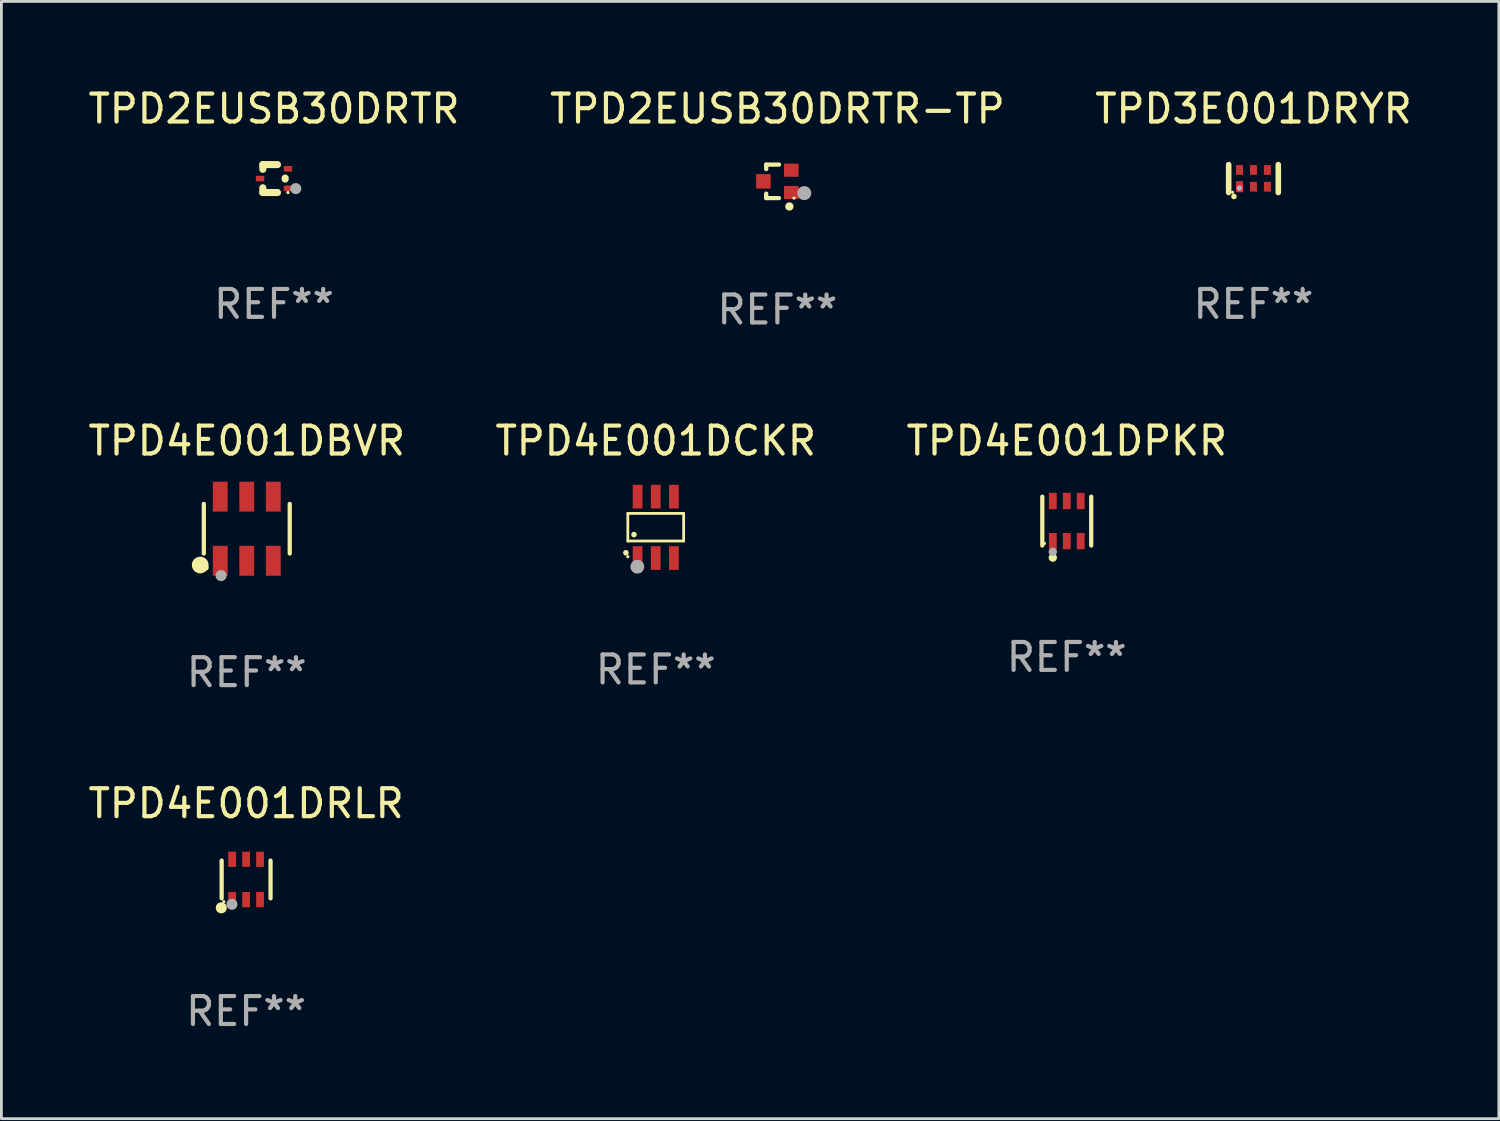
<source format=kicad_pcb>
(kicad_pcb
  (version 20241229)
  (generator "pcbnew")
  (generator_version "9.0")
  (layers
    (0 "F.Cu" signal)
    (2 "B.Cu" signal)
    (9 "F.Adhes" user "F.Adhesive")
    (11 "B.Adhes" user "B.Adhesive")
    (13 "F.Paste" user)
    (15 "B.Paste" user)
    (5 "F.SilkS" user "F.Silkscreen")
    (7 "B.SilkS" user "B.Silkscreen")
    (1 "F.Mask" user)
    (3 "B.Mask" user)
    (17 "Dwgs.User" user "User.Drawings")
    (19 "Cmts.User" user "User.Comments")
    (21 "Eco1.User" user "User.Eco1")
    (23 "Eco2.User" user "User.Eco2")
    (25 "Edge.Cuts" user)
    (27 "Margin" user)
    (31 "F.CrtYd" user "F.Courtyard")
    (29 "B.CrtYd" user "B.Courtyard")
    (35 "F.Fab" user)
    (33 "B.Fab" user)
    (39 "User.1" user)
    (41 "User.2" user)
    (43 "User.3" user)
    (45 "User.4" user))
  (footprint "TPD3E001DRYR"
    (layer "F.Cu")
    (at 41.863 3.348)
    (property "Reference" "TPD3E001DRYR" (at 0 -2.5 0) (layer "F.SilkS") (effects (font (size 1 1) (thickness 0.15))))
    (attr through_hole)
    (fp_line (start -0.889 0.5) (end -0.889 -0.5) (stroke (width 0.2) (type solid)) (layer "F.SilkS"))
    (fp_line (start 0.889 0.5) (end 0.889 -0.5) (stroke (width 0.2) (type solid)) (layer "F.SilkS"))
    (fp_circle (center -0.75 0.492) (end -0.72 0.492) (stroke (width 0.06) (type solid)) (fill no) (layer "F.SilkS"))
    (fp_circle (center -0.7 0.642) (end -0.65 0.642) (stroke (width 0.1) (type solid)) (fill no) (layer "F.SilkS"))
    (fp_circle (center -0.5 0.342) (end -0.45 0.342) (stroke (width 0.1) (type solid)) (fill no) (layer "F.Fab"))
    (fp_text user "REF**" (at 0 4.5 0) (layer "F.Fab") (effects (font (size 1 1) (thickness 0.15))))
    (pad "1" smd rect (at -0.5 0.292) (size 0.25 0.4) (layers "F.Cu" "F.Mask" "F.Paste"))
    (pad "2" smd rect (at -0.000127 0.292) (size 0.25 0.35) (layers "F.Cu" "F.Mask" "F.Paste"))
    (pad "3" smd rect (at 0.5 0.292) (size 0.25 0.35) (layers "F.Cu" "F.Mask" "F.Paste"))
    (pad "4" smd rect (at 0.5 -0.308 180) (size 0.25 0.35) (layers "F.Cu" "F.Mask" "F.Paste"))
    (pad "5" smd rect (at -0.000127 -0.308 180) (size 0.25 0.35) (layers "F.Cu" "F.Mask" "F.Paste"))
    (pad "6" smd rect (at -0.5 -0.308 180) (size 0.25 0.35) (layers "F.Cu" "F.Mask" "F.Paste")))
  (footprint "TPD4E001DCKR"
    (layer "F.Cu")
    (at 20.446 15.845)
    (property "Reference" "TPD4E001DCKR" (at 0 -3.1 0) (layer "F.SilkS") (effects (font (size 1 1) (thickness 0.15))))
    (attr through_hole)
    (fp_line (start -1 -0.5) (end -1 0.49) (stroke (width 0.1) (type solid)) (layer "F.SilkS"))
    (fp_line (start -1 0.49) (end 1 0.49) (stroke (width 0.1) (type solid)) (layer "F.SilkS"))
    (fp_line (start 0.99 -0.5) (end -1 -0.5) (stroke (width 0.1) (type solid)) (layer "F.SilkS"))
    (fp_line (start 1 -0.49) (end 0.99 -0.5) (stroke (width 0.1) (type solid)) (layer "F.SilkS"))
    (fp_line (start 1 0.49) (end 1 -0.49) (stroke (width 0.1) (type solid)) (layer "F.SilkS"))
    (fp_circle (center -1.07 0.91) (end -1.02 0.91) (stroke (width 0.1) (type solid)) (fill no) (layer "F.SilkS"))
    (fp_circle (center -1 1.05) (end -0.97 1.05) (stroke (width 0.06) (type solid)) (fill no) (layer "F.SilkS"))
    (fp_circle (center -0.78 0.26) (end -0.73 0.26) (stroke (width 0.1) (type solid)) (fill no) (layer "F.SilkS"))
    (fp_circle (center -0.66 1.41) (end -0.535 1.41) (stroke (width 0.25) (type solid)) (fill no) (layer "F.Fab"))
    (fp_text user "REF**" (at 0 5.1 0) (layer "F.Fab") (effects (font (size 1 1) (thickness 0.15))))
    (pad "1" smd rect (at -0.65 1.1) (size 0.35 0.85) (layers "F.Cu" "F.Mask" "F.Paste"))
    (pad "2" smd rect (at 0 1.1) (size 0.35 0.85) (layers "F.Cu" "F.Mask" "F.Paste"))
    (pad "3" smd rect (at 0.65 1.1) (size 0.35 0.85) (layers "F.Cu" "F.Mask" "F.Paste"))
    (pad "4" smd rect (at 0.65 -1.1) (size 0.35 0.85) (layers "F.Cu" "F.Mask" "F.Paste"))
    (pad "5" smd rect (at 0 -1.1) (size 0.35 0.85) (layers "F.Cu" "F.Mask" "F.Paste"))
    (pad "6" smd rect (at -0.65 -1.1) (size 0.35 0.85) (layers "F.Cu" "F.Mask" "F.Paste")))
  (footprint "TPD4E001DRLR"
    (layer "F.Cu")
    (at 5.768 28.462)
    (property "Reference" "TPD4E001DRLR" (at 0 -2.723 0) (layer "F.SilkS") (effects (font (size 1 1) (thickness 0.15))))
    (attr through_hole)
    (fp_line (start -0.876 0.676) (end -0.876 -0.676) (stroke (width 0.152) (type solid)) (layer "F.SilkS"))
    (fp_line (start 0.876 0.676) (end 0.876 -0.676) (stroke (width 0.152) (type solid)) (layer "F.SilkS"))
    (fp_circle (center -0.889 1.016) (end -0.789 1.016) (stroke (width 0.2) (type solid)) (fill no) (layer "F.SilkS"))
    (fp_circle (center -0.8 0.795) (end -0.77 0.795) (stroke (width 0.06) (type solid)) (fill no) (layer "F.SilkS"))
    (fp_circle (center -0.508 0.889) (end -0.408 0.889) (stroke (width 0.2) (type solid)) (fill no) (layer "F.Fab"))
    (fp_text user "REF**" (at 0 4.723 0) (layer "F.Fab") (effects (font (size 1 1) (thickness 0.15))))
    (pad "1" smd rect (at -0.5 0.723) (size 0.28 0.545) (layers "F.Cu" "F.Mask" "F.Paste"))
    (pad "2" smd rect (at 0 0.723) (size 0.28 0.545) (layers "F.Cu" "F.Mask" "F.Paste"))
    (pad "3" smd rect (at 0.5 0.723) (size 0.28 0.545) (layers "F.Cu" "F.Mask" "F.Paste"))
    (pad "4" smd rect (at 0.5 -0.723) (size 0.28 0.545) (layers "F.Cu" "F.Mask" "F.Paste"))
    (pad "5" smd rect (at 0 -0.723) (size 0.28 0.545) (layers "F.Cu" "F.Mask" "F.Paste"))
    (pad "6" smd rect (at -0.5 -0.723) (size 0.28 0.545) (layers "F.Cu" "F.Mask" "F.Paste")))
  (footprint "TPD4E001DBVR"
    (layer "F.Cu")
    (at 5.792 15.894)
    (property "Reference" "TPD4E001DBVR" (at 0 -3.149 0) (layer "F.SilkS") (effects (font (size 1 1) (thickness 0.15))))
    (attr through_hole)
    (fp_line (start -1.539 0.889) (end -1.539 -0.889) (stroke (width 0.152) (type solid)) (layer "F.SilkS"))
    (fp_line (start 1.539 0.889) (end 1.539 -0.889) (stroke (width 0.152) (type solid)) (layer "F.SilkS"))
    (fp_circle (center -1.668 1.301) (end -1.518 1.301) (stroke (width 0.3) (type solid)) (fill no) (layer "F.SilkS"))
    (fp_circle (center -1.463 1.4) (end -1.413 1.4) (stroke (width 0.1) (type solid)) (fill no) (layer "F.SilkS"))
    (fp_circle (center -0.92 1.68) (end -0.82 1.68) (stroke (width 0.2) (type solid)) (fill no) (layer "F.Fab"))
    (fp_text user "REF**" (at 0 5.149 0) (layer "F.Fab") (effects (font (size 1 1) (thickness 0.15))))
    (pad "1" smd rect (at -0.95 1.149) (size 0.532 1.072) (layers "F.Cu" "F.Mask" "F.Paste"))
    (pad "2" smd rect (at 0 1.149) (size 0.532 1.072) (layers "F.Cu" "F.Mask" "F.Paste"))
    (pad "3" smd rect (at 0.95 1.149) (size 0.532 1.072) (layers "F.Cu" "F.Mask" "F.Paste"))
    (pad "4" smd rect (at 0.95 -1.149) (size 0.532 1.072) (layers "F.Cu" "F.Mask" "F.Paste"))
    (pad "5" smd rect (at 0 -1.149) (size 0.532 1.072) (layers "F.Cu" "F.Mask" "F.Paste"))
    (pad "6" smd rect (at -0.95 -1.149) (size 0.532 1.072) (layers "F.Cu" "F.Mask" "F.Paste")))
  (footprint "TPD2EUSB30DRTR"
    (layer "F.Cu")
    (at 6.768 3.348)
    (property "Reference" "TPD2EUSB30DRTR" (at 0 -2.5 0) (layer "F.SilkS") (effects (font (size 1 1) (thickness 0.15))))
    (attr through_hole)
    (fp_line (start -0.4 -0.5) (end -0.4 -0.331) (stroke (width 0.254) (type solid)) (layer "F.SilkS"))
    (fp_line (start -0.4 -0.5) (end 0.124 -0.5) (stroke (width 0.254) (type solid)) (layer "F.SilkS"))
    (fp_line (start -0.4 0.331) (end -0.4 0.5) (stroke (width 0.254) (type solid)) (layer "F.SilkS"))
    (fp_line (start -0.4 0.5) (end 0.124 0.5) (stroke (width 0.254) (type solid)) (layer "F.SilkS"))
    (fp_line (start 0.4 -0.019) (end 0.4 0.019) (stroke (width 0.254) (type solid)) (layer "F.SilkS"))
    (fp_circle (center 0.5 0.5) (end 0.53 0.5) (stroke (width 0.06) (type solid)) (fill no) (layer "F.SilkS"))
    (fp_circle (center 0.78 0.36) (end 0.88 0.36) (stroke (width 0.2) (type solid)) (fill no) (layer "F.Fab"))
    (fp_text user "REF**" (at 0 4.5 0) (layer "F.Fab") (effects (font (size 1 1) (thickness 0.15))))
    (pad "1" smd rect (at 0.5 0.35 90) (size 0.2 0.3) (layers "F.Cu" "F.Mask" "F.Paste"))
    (pad "2" smd rect (at 0.5 -0.35 90) (size 0.2 0.3) (layers "F.Cu" "F.Mask" "F.Paste"))
    (pad "3" smd rect (at -0.5 0 90) (size 0.2 0.3) (layers "F.Cu" "F.Mask" "F.Paste")))
  (footprint "TPD2EUSB30DRTR-TP"
    (layer "F.Cu")
    (at 24.804 3.448)
    (property "Reference" "TPD2EUSB30DRTR-TP" (at 0 -2.6 0) (layer "F.SilkS") (effects (font (size 1 1) (thickness 0.15))))
    (attr through_hole)
    (fp_line (start -0.4 -0.6) (end -0.4 -0.44) (stroke (width 0.152) (type solid)) (layer "F.SilkS"))
    (fp_line (start -0.4 -0.6) (end 0.059 -0.6) (stroke (width 0.152) (type solid)) (layer "F.SilkS"))
    (fp_line (start -0.4 0.44) (end -0.4 0.6) (stroke (width 0.152) (type solid)) (layer "F.SilkS"))
    (fp_line (start -0.4 0.6) (end 0.059 0.6) (stroke (width 0.152) (type solid)) (layer "F.SilkS"))
    (fp_circle (center 0.43 0.9) (end 0.505 0.9) (stroke (width 0.15) (type solid)) (fill no) (layer "F.SilkS"))
    (fp_circle (center 0.595 0.6) (end 0.625 0.6) (stroke (width 0.06) (type solid)) (fill no) (layer "F.SilkS"))
    (fp_circle (center 0.963 0.421) (end 1.09 0.421) (stroke (width 0.254) (type solid)) (fill no) (layer "F.Fab"))
    (fp_text user "REF**" (at 0 4.6 0) (layer "F.Fab") (effects (font (size 1 1) (thickness 0.15))))
    (pad "1" smd rect (at 0.5 0.4 270) (size 0.47 0.521) (layers "F.Cu" "F.Mask" "F.Paste"))
    (pad "2" smd rect (at 0.5 -0.4 270) (size 0.47 0.521) (layers "F.Cu" "F.Mask" "F.Paste"))
    (pad "3" smd rect (at -0.5 0 270) (size 0.521 0.521) (layers "F.Cu" "F.Mask" "F.Paste")))
  (footprint "TPD4E001DPKR"
    (layer "F.Cu")
    (at 35.173 15.621)
    (property "Reference" "TPD4E001DPKR" (at 0 -2.876 0) (layer "F.SilkS") (effects (font (size 1 1) (thickness 0.15))))
    (attr through_hole)
    (fp_line (start -0.876 0.876) (end -0.876 -0.876) (stroke (width 0.152) (type solid)) (layer "F.SilkS"))
    (fp_line (start 0.876 0.876) (end 0.876 -0.876) (stroke (width 0.152) (type solid)) (layer "F.SilkS"))
    (fp_circle (center -0.8 0.8) (end -0.77 0.8) (stroke (width 0.06) (type solid)) (fill no) (layer "F.SilkS"))
    (fp_circle (center -0.5 1.31) (end -0.425 1.31) (stroke (width 0.15) (type solid)) (fill no) (layer "F.SilkS"))
    (fp_circle (center -0.5 1.1) (end -0.425 1.1) (stroke (width 0.15) (type solid)) (fill no) (layer "F.Fab"))
    (fp_text user "REF**" (at 0 4.876 0) (layer "F.Fab") (effects (font (size 1 1) (thickness 0.15))))
    (pad "1" smd rect (at -0.5 0.718) (size 0.28 0.585) (layers "F.Cu" "F.Mask" "F.Paste"))
    (pad "2" smd rect (at 0 0.718) (size 0.28 0.585) (layers "F.Cu" "F.Mask" "F.Paste"))
    (pad "3" smd rect (at 0.5 0.718) (size 0.28 0.585) (layers "F.Cu" "F.Mask" "F.Paste"))
    (pad "4" smd rect (at 0.5 -0.718) (size 0.28 0.585) (layers "F.Cu" "F.Mask" "F.Paste"))
    (pad "5" smd rect (at 0 -0.718) (size 0.28 0.585) (layers "F.Cu" "F.Mask" "F.Paste"))
    (pad "6" smd rect (at -0.5 -0.718) (size 0.28 0.585) (layers "F.Cu" "F.Mask" "F.Paste")))
  (gr_rect
    (start -3 -3)
    (end 50.655 37.033)
    (stroke (width 0.1) (type default))
    (fill no)
    (layer "Edge.Cuts")))
</source>
